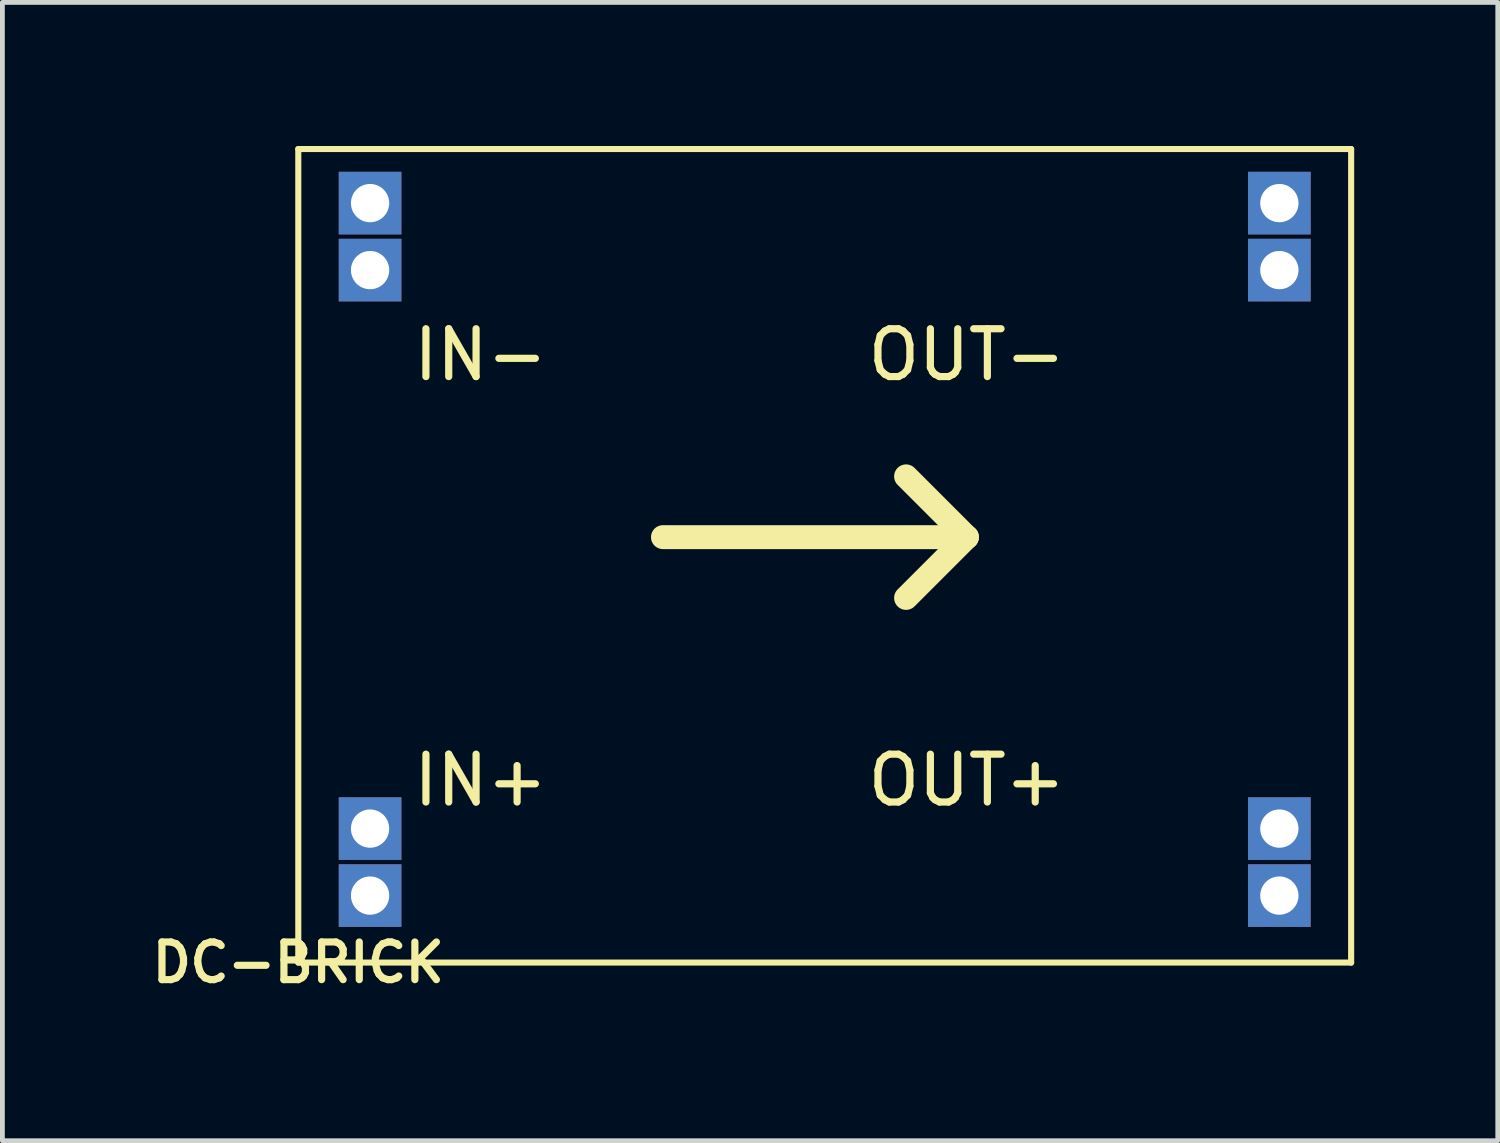
<source format=kicad_pcb>
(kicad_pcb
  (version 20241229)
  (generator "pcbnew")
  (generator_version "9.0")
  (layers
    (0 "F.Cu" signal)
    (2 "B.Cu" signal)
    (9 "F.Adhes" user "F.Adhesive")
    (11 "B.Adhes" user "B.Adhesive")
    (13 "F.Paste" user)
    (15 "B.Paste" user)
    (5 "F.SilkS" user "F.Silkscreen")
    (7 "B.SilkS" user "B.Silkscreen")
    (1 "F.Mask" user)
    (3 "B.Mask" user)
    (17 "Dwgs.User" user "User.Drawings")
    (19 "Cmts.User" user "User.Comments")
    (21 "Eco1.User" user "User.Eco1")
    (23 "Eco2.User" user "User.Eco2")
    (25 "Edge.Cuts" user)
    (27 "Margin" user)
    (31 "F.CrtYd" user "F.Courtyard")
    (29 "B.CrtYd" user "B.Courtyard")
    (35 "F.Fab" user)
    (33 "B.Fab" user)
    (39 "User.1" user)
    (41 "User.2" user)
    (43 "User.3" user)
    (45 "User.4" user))
  (footprint "DC-BRICK"
    (layer "F.Cu")
    (at 3.183 17.064)
    (property "Reference" "DC-BRICK" (at 0 0 0) (layer "F.SilkS") (effects (font (size 0.787 0.787) (thickness 0.15))))
    (attr through_hole)
    (fp_line (start 0 -17) (end 22 -17) (stroke (width 0.127) (type solid)) (layer "F.SilkS"))
    (fp_line (start 0 0) (end 0 -17) (stroke (width 0.127) (type solid)) (layer "F.SilkS"))
    (fp_line (start 0 0) (end 22 0) (stroke (width 0.127) (type solid)) (layer "F.SilkS"))
    (fp_line (start 7.62 -8.89) (end 13.97 -8.89) (stroke (width 0.5) (type solid)) (layer "F.SilkS"))
    (fp_line (start 13.97 -8.89) (end 12.7 -10.16) (stroke (width 0.5) (type solid)) (layer "F.SilkS"))
    (fp_line (start 13.97 -8.89) (end 12.7 -7.62) (stroke (width 0.5) (type solid)) (layer "F.SilkS"))
    (fp_line (start 22 -17) (end 22 0) (stroke (width 0.127) (type solid)) (layer "F.SilkS"))
    (fp_text user "IN+" (at 3.81 -3.81 0) (layer "F.SilkS") (effects (font (size 1 1) (thickness 0.15))))
    (fp_text user "IN-" (at 3.81 -12.7 0) (layer "F.SilkS") (effects (font (size 1 1) (thickness 0.15))))
    (fp_text user "OUT-" (at 13.97 -12.7 0) (layer "F.SilkS") (effects (font (size 1 1) (thickness 0.15))))
    (fp_text user "OUT+" (at 13.97 -3.81 0) (layer "F.SilkS") (effects (font (size 1 1) (thickness 0.15))))
    (pad "1" thru_hole rect (at 1.5 -15.87) (size 1.308 1.308) (drill 0.8) (layers "*.Cu" "*.Mask"))
    (pad "2" thru_hole rect (at 1.5 -14.47) (size 1.308 1.308) (drill 0.8) (layers "*.Cu" "*.Mask"))
    (pad "3" thru_hole rect (at 1.5 -2.8) (size 1.308 1.308) (drill 0.8) (layers "*.Cu" "*.Mask"))
    (pad "4" thru_hole rect (at 1.5 -1.4) (size 1.308 1.308) (drill 0.8) (layers "*.Cu" "*.Mask"))
    (pad "5" thru_hole rect (at 20.5 -15.87) (size 1.308 1.308) (drill 0.8) (layers "*.Cu" "*.Mask"))
    (pad "6" thru_hole rect (at 20.5 -14.47) (size 1.308 1.308) (drill 0.8) (layers "*.Cu" "*.Mask"))
    (pad "7" thru_hole rect (at 20.5 -2.8) (size 1.308 1.308) (drill 0.8) (layers "*.Cu" "*.Mask"))
    (pad "8" thru_hole rect (at 20.5 -1.4) (size 1.308 1.308) (drill 0.8) (layers "*.Cu" "*.Mask")))
  (gr_rect
    (start -3 -3)
    (end 28.247 20.787)
    (stroke (width 0.1) (type default))
    (fill no)
    (layer "Edge.Cuts")))
</source>
